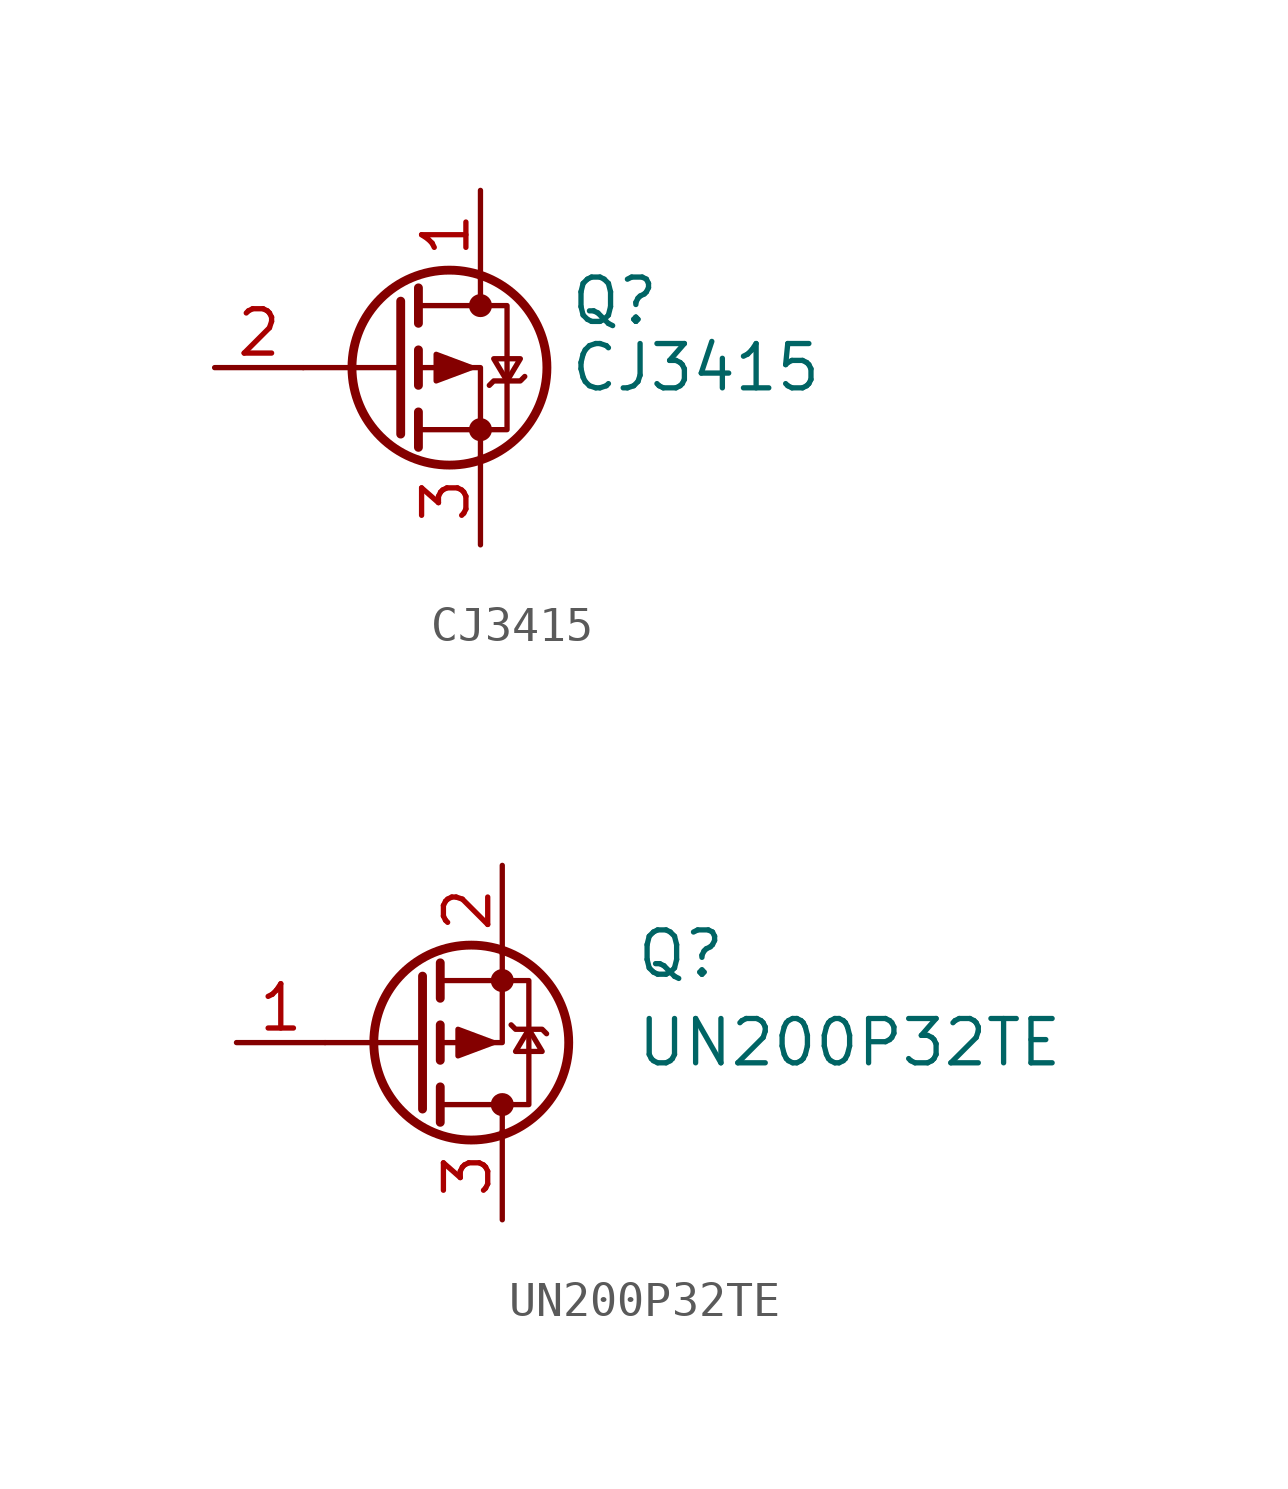
<source format=kicad_sym>
(kicad_symbol_lib
  (version 20231120)
  (generator "kicad_symbol_editor")
  (generator_version "8.0")
  (symbol "CJ3415"
    (pin_names hide)
    (property "Reference" "Q"
      (at 5.08 1.905 0)
      (effects (font (size 1.27 1.27)) (justify left)))
    (property "Value" "CJ3415"
      (at 5.08 0 0)
      (effects (font (size 1.27 1.27)) (justify left)))
    (symbol "CJ3415_0_1"
      (polyline (pts (xy 0.254 0) (xy -2.54 0)) (stroke (width 0) (type default)) (fill (type none)))
      (polyline (pts (xy 0.254 1.905) (xy 0.254 -1.905)) (stroke (width 0.254) (type default)) (fill (type none)))
      (polyline (pts (xy 0.762 -1.27) (xy 0.762 -2.286)) (stroke (width 0.254) (type default)) (fill (type none)))
      (polyline (pts (xy 0.762 0.508) (xy 0.762 -0.508)) (stroke (width 0.254) (type default)) (fill (type none)))
      (polyline (pts (xy 0.762 2.286) (xy 0.762 1.27)) (stroke (width 0.254) (type default)) (fill (type none)))
      (polyline (pts (xy 2.54 2.54) (xy 2.54 1.778)) (stroke (width 0) (type default)) (fill (type none)))
      (polyline (pts (xy 2.54 -2.54) (xy 2.54 0) (xy 0.762 0)) (stroke (width 0) (type default)) (fill (type none)))
      (polyline (pts (xy 0.762 1.778) (xy 3.302 1.778) (xy 3.302 -1.778) (xy 0.762 -1.778)) (stroke (width 0) (type default)) (fill (type none)))
      (polyline (pts (xy 2.286 0) (xy 1.27 0.381) (xy 1.27 -0.381) (xy 2.286 0)) (stroke (width 0) (type default)) (fill (type outline)))
      (polyline (pts (xy 2.794 -0.508) (xy 2.921 -0.381) (xy 3.683 -0.381) (xy 3.81 -0.254)) (stroke (width 0) (type default)) (fill (type none)))
      (polyline (pts (xy 3.302 -0.381) (xy 2.921 0.254) (xy 3.683 0.254) (xy 3.302 -0.381)) (stroke (width 0) (type default)) (fill (type none)))
      (circle (center 1.651 0) (radius 2.794) (stroke (width 0.254) (type default)) (fill (type none)))
      (circle (center 2.54 -1.778) (radius 0.254) (stroke (width 0) (type default)) (fill (type outline)))
      (circle (center 2.54 1.778) (radius 0.254) (stroke (width 0) (type default)) (fill (type outline))))
    (symbol "CJ3415_1_1"
      (pin passive line (at 2.54 5.08 270) (length 2.54) (name "D" (effects (font (size 1.27 1.27)))) (number "1" (effects (font (size 1.27 1.27)))))
      (pin input line (at -5.08 0 0) (length 2.54) (name "G" (effects (font (size 1.27 1.27)))) (number "2" (effects (font (size 1.27 1.27)))))
      (pin passive line (at 2.54 -5.08 90) (length 2.54) (name "S" (effects (font (size 1.27 1.27)))) (number "3" (effects (font (size 1.27 1.27)))))))
  (symbol "UN200P32TE"
    (pin_names hide)
    (property "Reference" "Q"
      (at 5.08 2.54 0)
      (effects (font (size 1.27 1.27)) (justify left)))
    (property "Value" "UN200P32TE"
      (at 5.08 0 0)
      (effects (font (size 1.27 1.27)) (justify left)))
    (symbol "UN200P32TE_1_1"
      (polyline (pts (xy -1.016 0) (xy -3.81 0)) (stroke (width 0) (type default)) (fill (type none)))
      (polyline (pts (xy -1.016 1.905) (xy -1.016 -1.905)) (stroke (width 0.254) (type default)) (fill (type none)))
      (polyline (pts (xy -0.508 -1.27) (xy -0.508 -2.286)) (stroke (width 0.254) (type default)) (fill (type none)))
      (polyline (pts (xy -0.508 0.508) (xy -0.508 -0.508)) (stroke (width 0.254) (type default)) (fill (type none)))
      (polyline (pts (xy -0.508 2.286) (xy -0.508 1.27)) (stroke (width 0.254) (type default)) (fill (type none)))
      (polyline (pts (xy 1.27 -1.905) (xy 1.27 -2.54)) (stroke (width 0) (type default)) (fill (type none)))
      (polyline (pts (xy 1.27 2.54) (xy 1.27 0) (xy -0.508 0)) (stroke (width 0) (type default)) (fill (type none)))
      (polyline (pts (xy -0.508 -1.778) (xy 2.032 -1.778) (xy 2.032 1.778) (xy -0.508 1.778)) (stroke (width 0) (type default)) (fill (type none)))
      (polyline (pts (xy 1.016 0) (xy 0 -0.381) (xy 0 0.381) (xy 1.016 0)) (stroke (width 0) (type default)) (fill (type outline)))
      (polyline (pts (xy 1.524 0.508) (xy 1.651 0.381) (xy 2.413 0.381) (xy 2.54 0.254)) (stroke (width 0) (type default)) (fill (type none)))
      (polyline (pts (xy 2.032 0.381) (xy 1.651 -0.254) (xy 2.413 -0.254) (xy 2.032 0.381)) (stroke (width 0) (type default)) (fill (type none)))
      (circle (center 0.381 0) (radius 2.794) (stroke (width 0.254) (type default)) (fill (type none)))
      (circle (center 1.27 -1.778) (radius 0.254) (stroke (width 0) (type default)) (fill (type outline)))
      (circle (center 1.27 1.778) (radius 0.254) (stroke (width 0) (type default)) (fill (type outline)))
      (pin input line (at -6.35 0 0) (length 2.54) (name "GP" (effects (font (size 1.27 1.27)))) (number "1" (effects (font (size 1.27 1.27)))))
      (pin passive line (at 1.27 5.08 270) (length 2.54) (name "SP" (effects (font (size 1.27 1.27)))) (number "2" (effects (font (size 1.27 1.27)))))
      (pin passive line (at 1.27 -5.08 90) (length 2.54) (name "DP" (effects (font (size 1.27 1.27)))) (number "3" (effects (font (size 1.27 1.27))))))))
</source>
